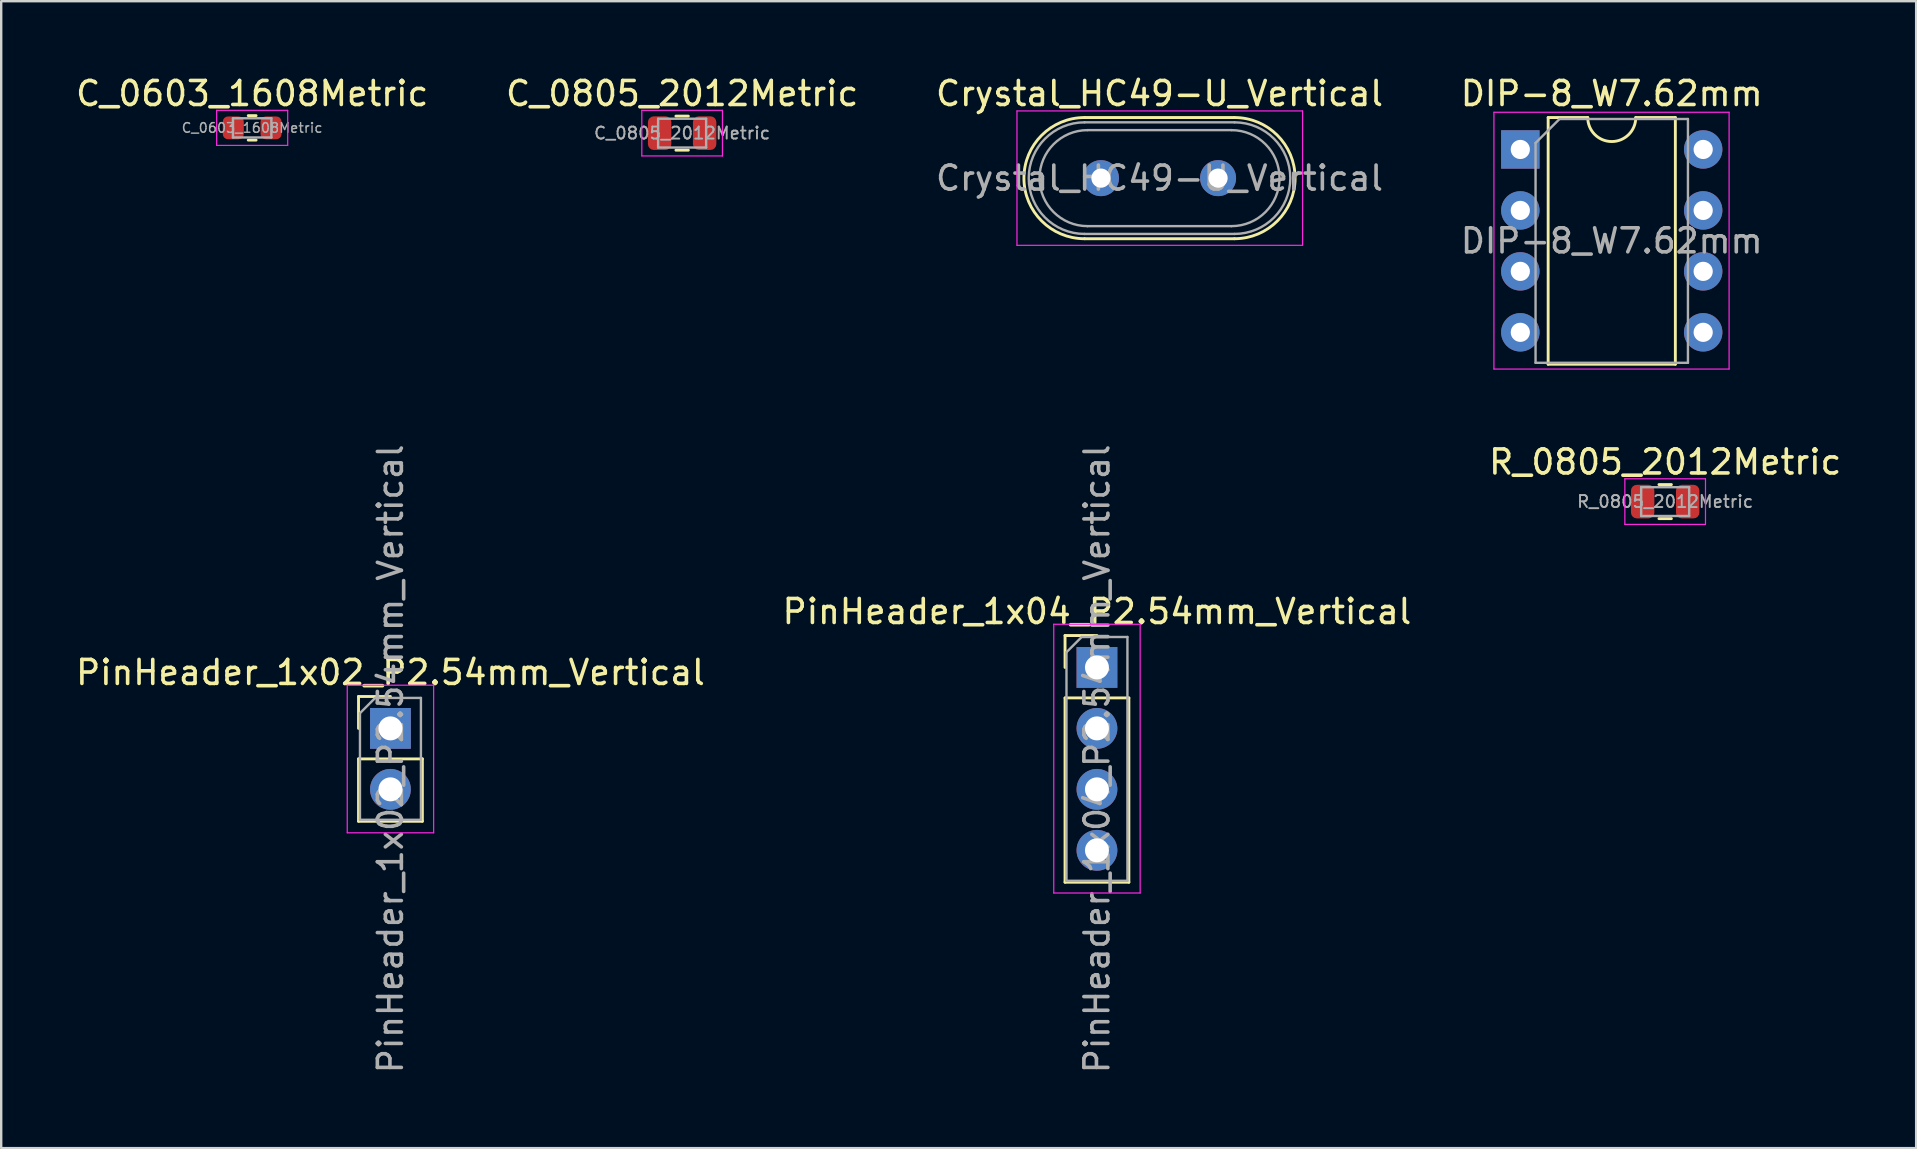
<source format=kicad_pcb>
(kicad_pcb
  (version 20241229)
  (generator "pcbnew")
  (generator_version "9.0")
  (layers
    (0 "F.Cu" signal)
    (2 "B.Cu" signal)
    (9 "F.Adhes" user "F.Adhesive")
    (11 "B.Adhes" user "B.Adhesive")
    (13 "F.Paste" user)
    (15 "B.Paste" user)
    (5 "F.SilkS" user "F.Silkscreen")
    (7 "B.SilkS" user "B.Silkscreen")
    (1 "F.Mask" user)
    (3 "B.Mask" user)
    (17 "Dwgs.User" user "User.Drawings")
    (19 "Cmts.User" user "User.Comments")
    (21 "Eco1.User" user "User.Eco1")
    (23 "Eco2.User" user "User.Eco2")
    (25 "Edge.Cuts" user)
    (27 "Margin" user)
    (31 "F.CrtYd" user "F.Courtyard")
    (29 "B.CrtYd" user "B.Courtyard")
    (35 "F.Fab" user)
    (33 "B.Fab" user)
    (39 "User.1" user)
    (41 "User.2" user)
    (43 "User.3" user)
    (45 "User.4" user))
  (footprint "R_0805_2012Metric"
    (layer "F.Cu")
    (at 66.339 17.852)
    (property "Reference" "R_0805_2012Metric" (at 0 -1.65 0) (layer "F.SilkS") (effects (font (size 1 1) (thickness 0.15))))
    (attr smd)
    (fp_line (start -0.259 -0.71) (end 0.259 -0.71) (stroke (width 0.12) (type solid)) (layer "F.SilkS"))
    (fp_line (start -0.259 0.71) (end 0.259 0.71) (stroke (width 0.12) (type solid)) (layer "F.SilkS"))
    (fp_line (start -1.68 -0.95) (end 1.68 -0.95) (stroke (width 0.05) (type solid)) (layer "F.CrtYd"))
    (fp_line (start -1.68 0.95) (end -1.68 -0.95) (stroke (width 0.05) (type solid)) (layer "F.CrtYd"))
    (fp_line (start 1.68 -0.95) (end 1.68 0.95) (stroke (width 0.05) (type solid)) (layer "F.CrtYd"))
    (fp_line (start 1.68 0.95) (end -1.68 0.95) (stroke (width 0.05) (type solid)) (layer "F.CrtYd"))
    (fp_line (start -1 -0.6) (end 1 -0.6) (stroke (width 0.1) (type solid)) (layer "F.Fab"))
    (fp_line (start -1 0.6) (end -1 -0.6) (stroke (width 0.1) (type solid)) (layer "F.Fab"))
    (fp_line (start 1 -0.6) (end 1 0.6) (stroke (width 0.1) (type solid)) (layer "F.Fab"))
    (fp_line (start 1 0.6) (end -1 0.6) (stroke (width 0.1) (type solid)) (layer "F.Fab"))
    (fp_text user "${REFERENCE}" (at 0 0 0) (layer "F.Fab") (effects (font (size 0.5 0.5) (thickness 0.08))))
    (pad "1" smd roundrect (at -0.938 0) (size 0.975 1.4) (layers "F.Cu" "F.Mask" "F.Paste") (roundrect_rratio 0.25))
    (pad "2" smd roundrect (at 0.938 0) (size 0.975 1.4) (layers "F.Cu" "F.Mask" "F.Paste") (roundrect_rratio 0.25)))
  (footprint "PinHeader_1x04_P2.54mm_Vertical"
    (layer "F.Cu")
    (at 42.661 24.763)
    (property "Reference" "PinHeader_1x04_P2.54mm_Vertical" (at 0 -2.33 0) (layer "F.SilkS") (effects (font (size 1 1) (thickness 0.15))))
    (attr through_hole)
    (fp_line (start -1.33 -1.33) (end 0 -1.33) (stroke (width 0.12) (type solid)) (layer "F.SilkS"))
    (fp_line (start -1.33 0) (end -1.33 -1.33) (stroke (width 0.12) (type solid)) (layer "F.SilkS"))
    (fp_line (start -1.33 1.27) (end -1.33 8.95) (stroke (width 0.12) (type solid)) (layer "F.SilkS"))
    (fp_line (start -1.33 1.27) (end 1.33 1.27) (stroke (width 0.12) (type solid)) (layer "F.SilkS"))
    (fp_line (start -1.33 8.95) (end 1.33 8.95) (stroke (width 0.12) (type solid)) (layer "F.SilkS"))
    (fp_line (start 1.33 1.27) (end 1.33 8.95) (stroke (width 0.12) (type solid)) (layer "F.SilkS"))
    (fp_line (start -1.8 -1.8) (end -1.8 9.4) (stroke (width 0.05) (type solid)) (layer "F.CrtYd"))
    (fp_line (start -1.8 9.4) (end 1.8 9.4) (stroke (width 0.05) (type solid)) (layer "F.CrtYd"))
    (fp_line (start 1.8 -1.8) (end -1.8 -1.8) (stroke (width 0.05) (type solid)) (layer "F.CrtYd"))
    (fp_line (start 1.8 9.4) (end 1.8 -1.8) (stroke (width 0.05) (type solid)) (layer "F.CrtYd"))
    (fp_line (start -1.27 -0.635) (end -0.635 -1.27) (stroke (width 0.1) (type solid)) (layer "F.Fab"))
    (fp_line (start -1.27 8.89) (end -1.27 -0.635) (stroke (width 0.1) (type solid)) (layer "F.Fab"))
    (fp_line (start -0.635 -1.27) (end 1.27 -1.27) (stroke (width 0.1) (type solid)) (layer "F.Fab"))
    (fp_line (start 1.27 -1.27) (end 1.27 8.89) (stroke (width 0.1) (type solid)) (layer "F.Fab"))
    (fp_line (start 1.27 8.89) (end -1.27 8.89) (stroke (width 0.1) (type solid)) (layer "F.Fab"))
    (fp_text user "${REFERENCE}" (at 0 3.81 90) (layer "F.Fab") (effects (font (size 1 1) (thickness 0.15))))
    (pad "1" thru_hole rect (at 0 0) (size 1.7 1.7) (drill 1) (layers "*.Cu" "*.Mask"))
    (pad "2" thru_hole oval (at 0 2.54) (size 1.7 1.7) (drill 1) (layers "*.Cu" "*.Mask"))
    (pad "3" thru_hole oval (at 0 5.08) (size 1.7 1.7) (drill 1) (layers "*.Cu" "*.Mask"))
    (pad "4" thru_hole oval (at 0 7.62) (size 1.7 1.7) (drill 1) (layers "*.Cu" "*.Mask")))
  (footprint "C_0603_1608Metric"
    (layer "F.Cu")
    (at 7.458 2.278)
    (property "Reference" "C_0603_1608Metric" (at 0 -1.43 0) (layer "F.SilkS") (effects (font (size 1 1) (thickness 0.15))))
    (attr smd)
    (fp_line (start -0.163 -0.51) (end 0.163 -0.51) (stroke (width 0.12) (type solid)) (layer "F.SilkS"))
    (fp_line (start -0.163 0.51) (end 0.163 0.51) (stroke (width 0.12) (type solid)) (layer "F.SilkS"))
    (fp_line (start -1.48 -0.73) (end 1.48 -0.73) (stroke (width 0.05) (type solid)) (layer "F.CrtYd"))
    (fp_line (start -1.48 0.73) (end -1.48 -0.73) (stroke (width 0.05) (type solid)) (layer "F.CrtYd"))
    (fp_line (start 1.48 -0.73) (end 1.48 0.73) (stroke (width 0.05) (type solid)) (layer "F.CrtYd"))
    (fp_line (start 1.48 0.73) (end -1.48 0.73) (stroke (width 0.05) (type solid)) (layer "F.CrtYd"))
    (fp_line (start -0.8 -0.4) (end 0.8 -0.4) (stroke (width 0.1) (type solid)) (layer "F.Fab"))
    (fp_line (start -0.8 0.4) (end -0.8 -0.4) (stroke (width 0.1) (type solid)) (layer "F.Fab"))
    (fp_line (start 0.8 -0.4) (end 0.8 0.4) (stroke (width 0.1) (type solid)) (layer "F.Fab"))
    (fp_line (start 0.8 0.4) (end -0.8 0.4) (stroke (width 0.1) (type solid)) (layer "F.Fab"))
    (fp_text user "${REFERENCE}" (at 0 0 0) (layer "F.Fab") (effects (font (size 0.4 0.4) (thickness 0.06))))
    (pad "1" smd roundrect (at -0.787 0) (size 0.875 0.95) (layers "F.Cu" "F.Mask" "F.Paste") (roundrect_rratio 0.25))
    (pad "2" smd roundrect (at 0.787 0) (size 0.875 0.95) (layers "F.Cu" "F.Mask" "F.Paste") (roundrect_rratio 0.25)))
  (footprint "DIP-8_W7.62mm"
    (layer "F.Cu")
    (at 60.303 3.178)
    (property "Reference" "DIP-8_W7.62mm" (at 3.81 -2.33 0) (layer "F.SilkS") (effects (font (size 1 1) (thickness 0.15))))
    (attr through_hole)
    (fp_line (start 1.16 -1.33) (end 1.16 8.95) (stroke (width 0.12) (type solid)) (layer "F.SilkS"))
    (fp_line (start 1.16 8.95) (end 6.46 8.95) (stroke (width 0.12) (type solid)) (layer "F.SilkS"))
    (fp_line (start 2.81 -1.33) (end 1.16 -1.33) (stroke (width 0.12) (type solid)) (layer "F.SilkS"))
    (fp_line (start 6.46 -1.33) (end 4.81 -1.33) (stroke (width 0.12) (type solid)) (layer "F.SilkS"))
    (fp_line (start 6.46 8.95) (end 6.46 -1.33) (stroke (width 0.12) (type solid)) (layer "F.SilkS"))
    (fp_arc (start 4.81 -1.33) (mid 3.81 -0.33) (end 2.81 -1.33) (stroke (width 0.12) (type solid)) (layer "F.SilkS"))
    (fp_line (start -1.1 -1.55) (end -1.1 9.15) (stroke (width 0.05) (type solid)) (layer "F.CrtYd"))
    (fp_line (start -1.1 9.15) (end 8.7 9.15) (stroke (width 0.05) (type solid)) (layer "F.CrtYd"))
    (fp_line (start 8.7 -1.55) (end -1.1 -1.55) (stroke (width 0.05) (type solid)) (layer "F.CrtYd"))
    (fp_line (start 8.7 9.15) (end 8.7 -1.55) (stroke (width 0.05) (type solid)) (layer "F.CrtYd"))
    (fp_line (start 0.635 -0.27) (end 1.635 -1.27) (stroke (width 0.1) (type solid)) (layer "F.Fab"))
    (fp_line (start 0.635 8.89) (end 0.635 -0.27) (stroke (width 0.1) (type solid)) (layer "F.Fab"))
    (fp_line (start 1.635 -1.27) (end 6.985 -1.27) (stroke (width 0.1) (type solid)) (layer "F.Fab"))
    (fp_line (start 6.985 -1.27) (end 6.985 8.89) (stroke (width 0.1) (type solid)) (layer "F.Fab"))
    (fp_line (start 6.985 8.89) (end 0.635 8.89) (stroke (width 0.1) (type solid)) (layer "F.Fab"))
    (fp_text user "${REFERENCE}" (at 3.81 3.81 0) (layer "F.Fab") (effects (font (size 1 1) (thickness 0.15))))
    (pad "1" thru_hole rect (at 0 0) (size 1.6 1.6) (drill 0.8) (layers "*.Cu" "*.Mask"))
    (pad "2" thru_hole oval (at 0 2.54) (size 1.6 1.6) (drill 0.8) (layers "*.Cu" "*.Mask"))
    (pad "3" thru_hole oval (at 0 5.08) (size 1.6 1.6) (drill 0.8) (layers "*.Cu" "*.Mask"))
    (pad "4" thru_hole oval (at 0 7.62) (size 1.6 1.6) (drill 0.8) (layers "*.Cu" "*.Mask"))
    (pad "5" thru_hole oval (at 7.62 7.62) (size 1.6 1.6) (drill 0.8) (layers "*.Cu" "*.Mask"))
    (pad "6" thru_hole oval (at 7.62 5.08) (size 1.6 1.6) (drill 0.8) (layers "*.Cu" "*.Mask"))
    (pad "7" thru_hole oval (at 7.62 2.54) (size 1.6 1.6) (drill 0.8) (layers "*.Cu" "*.Mask"))
    (pad "8" thru_hole oval (at 7.62 0) (size 1.6 1.6) (drill 0.8) (layers "*.Cu" "*.Mask")))
  (footprint "C_0805_2012Metric"
    (layer "F.Cu")
    (at 25.375 2.498)
    (property "Reference" "C_0805_2012Metric" (at 0 -1.65 0) (layer "F.SilkS") (effects (font (size 1 1) (thickness 0.15))))
    (attr smd)
    (fp_line (start -0.259 -0.71) (end 0.259 -0.71) (stroke (width 0.12) (type solid)) (layer "F.SilkS"))
    (fp_line (start -0.259 0.71) (end 0.259 0.71) (stroke (width 0.12) (type solid)) (layer "F.SilkS"))
    (fp_line (start -1.68 -0.95) (end 1.68 -0.95) (stroke (width 0.05) (type solid)) (layer "F.CrtYd"))
    (fp_line (start -1.68 0.95) (end -1.68 -0.95) (stroke (width 0.05) (type solid)) (layer "F.CrtYd"))
    (fp_line (start 1.68 -0.95) (end 1.68 0.95) (stroke (width 0.05) (type solid)) (layer "F.CrtYd"))
    (fp_line (start 1.68 0.95) (end -1.68 0.95) (stroke (width 0.05) (type solid)) (layer "F.CrtYd"))
    (fp_line (start -1 -0.6) (end 1 -0.6) (stroke (width 0.1) (type solid)) (layer "F.Fab"))
    (fp_line (start -1 0.6) (end -1 -0.6) (stroke (width 0.1) (type solid)) (layer "F.Fab"))
    (fp_line (start 1 -0.6) (end 1 0.6) (stroke (width 0.1) (type solid)) (layer "F.Fab"))
    (fp_line (start 1 0.6) (end -1 0.6) (stroke (width 0.1) (type solid)) (layer "F.Fab"))
    (fp_text user "${REFERENCE}" (at 0 0 0) (layer "F.Fab") (effects (font (size 0.5 0.5) (thickness 0.08))))
    (pad "1" smd roundrect (at -0.938 0) (size 0.975 1.4) (layers "F.Cu" "F.Mask" "F.Paste") (roundrect_rratio 0.25))
    (pad "2" smd roundrect (at 0.938 0) (size 0.975 1.4) (layers "F.Cu" "F.Mask" "F.Paste") (roundrect_rratio 0.25)))
  (footprint "Crystal_HC49-U_Vertical"
    (layer "F.Cu")
    (at 42.828 4.373)
    (property "Reference" "Crystal_HC49-U_Vertical" (at 2.44 -3.525 0) (layer "F.SilkS") (effects (font (size 1 1) (thickness 0.15))))
    (attr through_hole)
    (fp_line (start -0.685 -2.525) (end 5.565 -2.525) (stroke (width 0.12) (type solid)) (layer "F.SilkS"))
    (fp_line (start -0.685 2.525) (end 5.565 2.525) (stroke (width 0.12) (type solid)) (layer "F.SilkS"))
    (fp_arc (start -0.685 2.525) (mid -3.21 0) (end -0.685 -2.525) (stroke (width 0.12) (type solid)) (layer "F.SilkS"))
    (fp_arc (start 5.565 -2.525) (mid 8.09 0) (end 5.565 2.525) (stroke (width 0.12) (type solid)) (layer "F.SilkS"))
    (fp_line (start -3.5 -2.8) (end -3.5 2.8) (stroke (width 0.05) (type solid)) (layer "F.CrtYd"))
    (fp_line (start -3.5 2.8) (end 8.4 2.8) (stroke (width 0.05) (type solid)) (layer "F.CrtYd"))
    (fp_line (start 8.4 -2.8) (end -3.5 -2.8) (stroke (width 0.05) (type solid)) (layer "F.CrtYd"))
    (fp_line (start 8.4 2.8) (end 8.4 -2.8) (stroke (width 0.05) (type solid)) (layer "F.CrtYd"))
    (fp_line (start -0.685 -2.325) (end 5.565 -2.325) (stroke (width 0.1) (type solid)) (layer "F.Fab"))
    (fp_line (start -0.685 2.325) (end 5.565 2.325) (stroke (width 0.1) (type solid)) (layer "F.Fab"))
    (fp_line (start -0.56 -2) (end 5.44 -2) (stroke (width 0.1) (type solid)) (layer "F.Fab"))
    (fp_line (start -0.56 2) (end 5.44 2) (stroke (width 0.1) (type solid)) (layer "F.Fab"))
    (fp_arc (start -0.685 2.325) (mid -3.01 0) (end -0.685 -2.325) (stroke (width 0.1) (type solid)) (layer "F.Fab"))
    (fp_arc (start -0.56 2) (mid -2.56 0) (end -0.56 -2) (stroke (width 0.1) (type solid)) (layer "F.Fab"))
    (fp_arc (start 5.44 -2) (mid 7.44 0) (end 5.44 2) (stroke (width 0.1) (type solid)) (layer "F.Fab"))
    (fp_arc (start 5.565 -2.325) (mid 7.89 0) (end 5.565 2.325) (stroke (width 0.1) (type solid)) (layer "F.Fab"))
    (fp_text user "${REFERENCE}" (at 2.44 0 0) (layer "F.Fab") (effects (font (size 1 1) (thickness 0.15))))
    (pad "1" thru_hole circle (at 0 0) (size 1.5 1.5) (drill 0.8) (layers "*.Cu" "*.Mask"))
    (pad "2" thru_hole circle (at 4.88 0) (size 1.5 1.5) (drill 0.8) (layers "*.Cu" "*.Mask")))
  (footprint "PinHeader_1x02_P2.54mm_Vertical"
    (layer "F.Cu")
    (at 13.22 27.303)
    (property "Reference" "PinHeader_1x02_P2.54mm_Vertical" (at 0 -2.33 0) (layer "F.SilkS") (effects (font (size 1 1) (thickness 0.15))))
    (attr through_hole)
    (fp_line (start -1.33 -1.33) (end 0 -1.33) (stroke (width 0.12) (type solid)) (layer "F.SilkS"))
    (fp_line (start -1.33 0) (end -1.33 -1.33) (stroke (width 0.12) (type solid)) (layer "F.SilkS"))
    (fp_line (start -1.33 1.27) (end -1.33 3.87) (stroke (width 0.12) (type solid)) (layer "F.SilkS"))
    (fp_line (start -1.33 1.27) (end 1.33 1.27) (stroke (width 0.12) (type solid)) (layer "F.SilkS"))
    (fp_line (start -1.33 3.87) (end 1.33 3.87) (stroke (width 0.12) (type solid)) (layer "F.SilkS"))
    (fp_line (start 1.33 1.27) (end 1.33 3.87) (stroke (width 0.12) (type solid)) (layer "F.SilkS"))
    (fp_line (start -1.8 -1.8) (end -1.8 4.35) (stroke (width 0.05) (type solid)) (layer "F.CrtYd"))
    (fp_line (start -1.8 4.35) (end 1.8 4.35) (stroke (width 0.05) (type solid)) (layer "F.CrtYd"))
    (fp_line (start 1.8 -1.8) (end -1.8 -1.8) (stroke (width 0.05) (type solid)) (layer "F.CrtYd"))
    (fp_line (start 1.8 4.35) (end 1.8 -1.8) (stroke (width 0.05) (type solid)) (layer "F.CrtYd"))
    (fp_line (start -1.27 -0.635) (end -0.635 -1.27) (stroke (width 0.1) (type solid)) (layer "F.Fab"))
    (fp_line (start -1.27 3.81) (end -1.27 -0.635) (stroke (width 0.1) (type solid)) (layer "F.Fab"))
    (fp_line (start -0.635 -1.27) (end 1.27 -1.27) (stroke (width 0.1) (type solid)) (layer "F.Fab"))
    (fp_line (start 1.27 -1.27) (end 1.27 3.81) (stroke (width 0.1) (type solid)) (layer "F.Fab"))
    (fp_line (start 1.27 3.81) (end -1.27 3.81) (stroke (width 0.1) (type solid)) (layer "F.Fab"))
    (fp_text user "${REFERENCE}" (at 0 1.27 90) (layer "F.Fab") (effects (font (size 1 1) (thickness 0.15))))
    (pad "1" thru_hole rect (at 0 0) (size 1.7 1.7) (drill 1) (layers "*.Cu" "*.Mask"))
    (pad "2" thru_hole oval (at 0 2.54) (size 1.7 1.7) (drill 1) (layers "*.Cu" "*.Mask")))
  (gr_rect
    (start -3 -3)
    (end 76.798 44.794)
    (stroke (width 0.1) (type default))
    (fill no)
    (layer "Edge.Cuts")))
</source>
